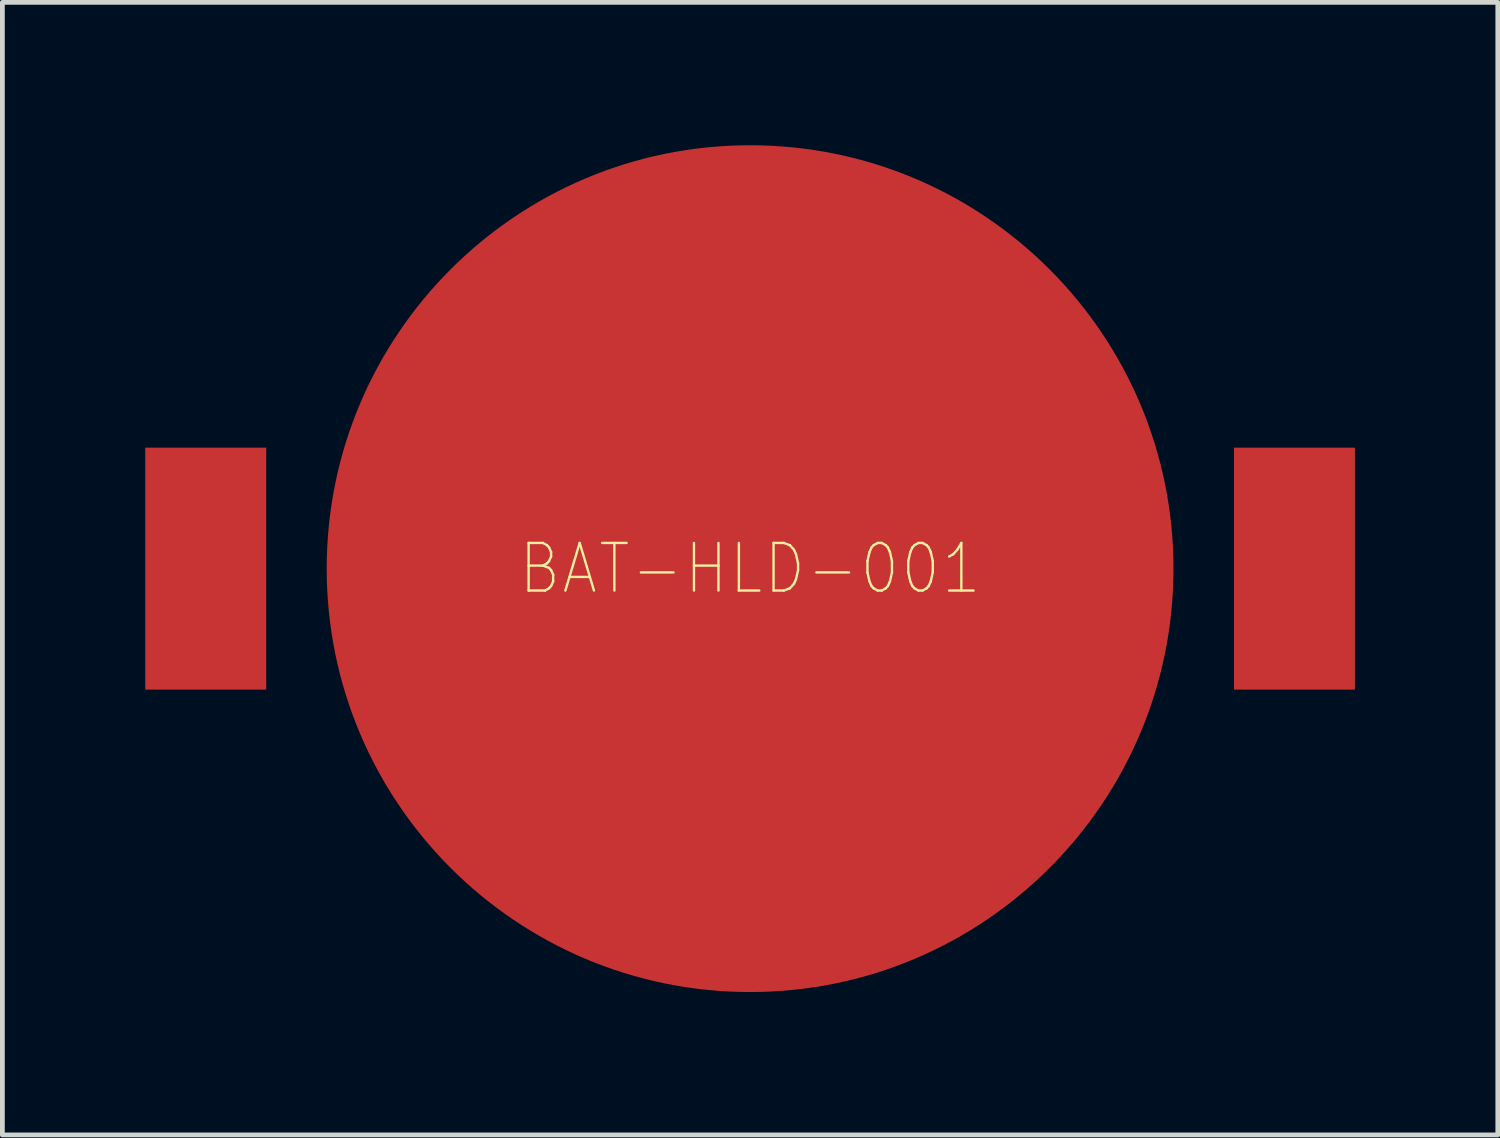
<source format=kicad_pcb>
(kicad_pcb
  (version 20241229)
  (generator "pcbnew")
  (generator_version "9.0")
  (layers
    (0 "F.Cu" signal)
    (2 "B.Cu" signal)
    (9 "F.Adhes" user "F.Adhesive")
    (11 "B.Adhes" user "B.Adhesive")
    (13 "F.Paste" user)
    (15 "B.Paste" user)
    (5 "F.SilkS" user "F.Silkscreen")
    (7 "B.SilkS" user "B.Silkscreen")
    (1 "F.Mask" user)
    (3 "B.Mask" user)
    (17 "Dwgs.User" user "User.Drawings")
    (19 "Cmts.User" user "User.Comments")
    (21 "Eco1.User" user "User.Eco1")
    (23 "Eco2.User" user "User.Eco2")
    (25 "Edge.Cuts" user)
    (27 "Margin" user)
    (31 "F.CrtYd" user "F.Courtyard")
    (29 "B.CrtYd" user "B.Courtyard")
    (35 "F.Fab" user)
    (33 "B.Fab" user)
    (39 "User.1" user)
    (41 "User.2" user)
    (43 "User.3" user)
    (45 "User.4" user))
  (footprint "BAT-HLD-001"
    (layer "F.Cu")
    (at 12.7 8.89)
    (property "Reference" "BAT-HLD-001" (at 0 0 0) (layer "F.SilkS") (effects (font (size 1 0.9) (thickness 0.05))))
    (attr smd)
    (pad "+@1" smd rect (at -11.43 0 180) (size 2.54 5.08) (layers "F.Cu" "F.Mask" "F.Paste"))
    (pad "+@2" smd rect (at 11.43 0 180) (size 2.54 5.08) (layers "F.Cu" "F.Mask" "F.Paste"))
    (pad "-" smd circle (at 0 0 180) (size 17.78 17.78) (layers "F.Cu" "F.Mask")))
  (gr_rect
    (start -3 -3)
    (end 28.4 20.78)
    (stroke (width 0.1) (type default))
    (fill no)
    (layer "Edge.Cuts")))
</source>
